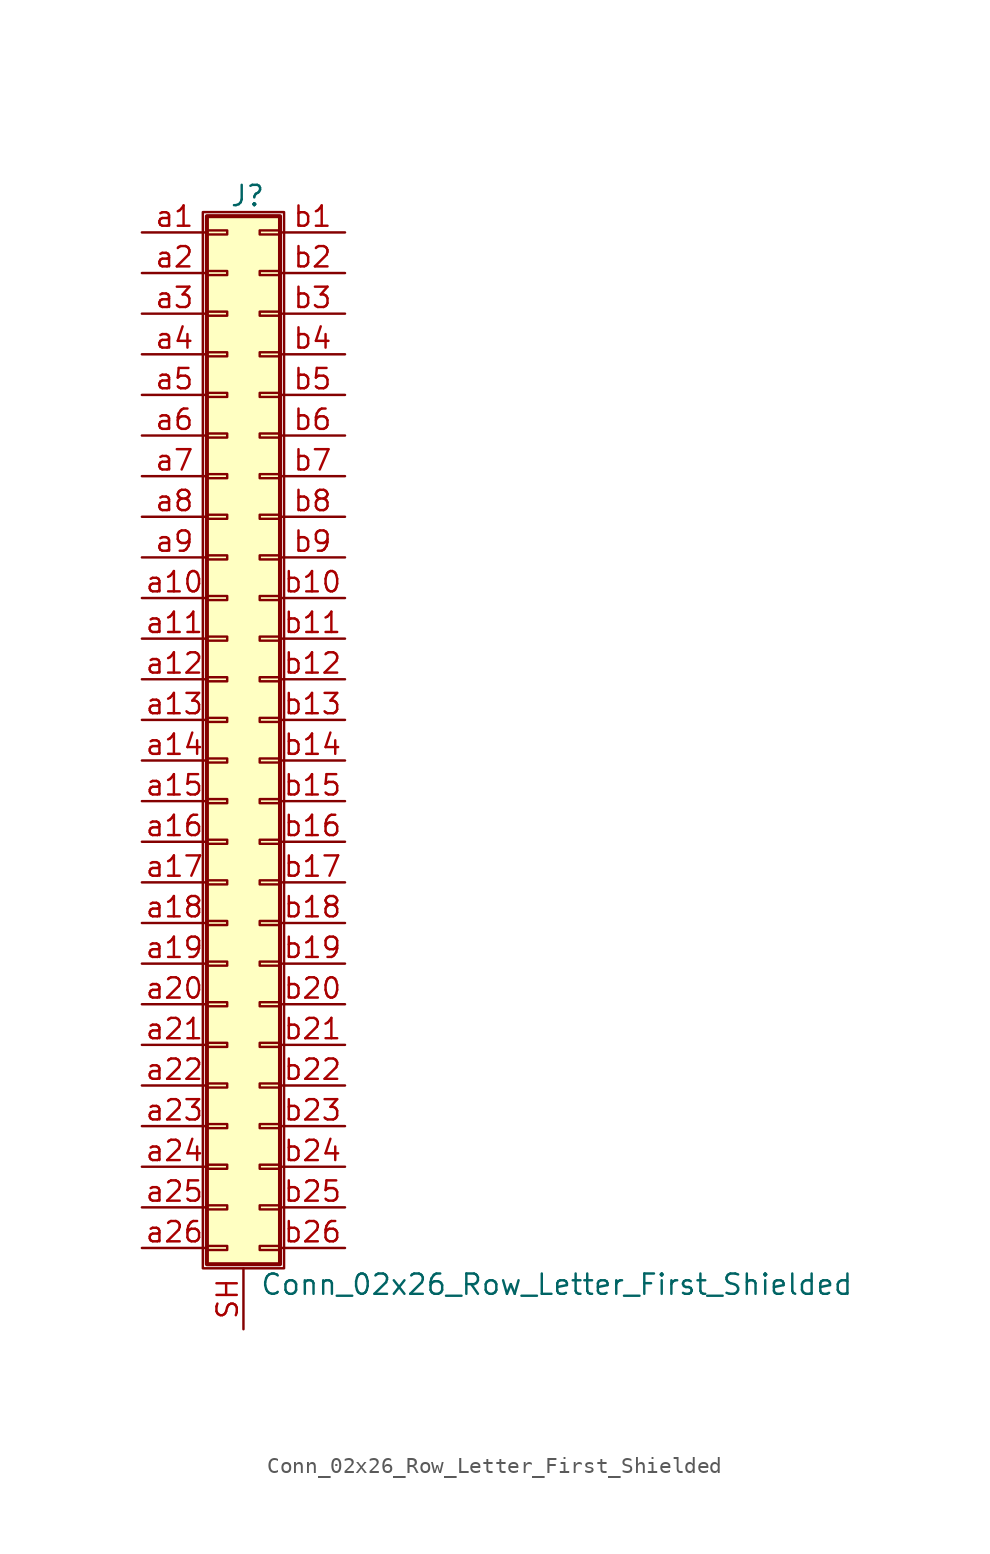
<source format=kicad_sym>
(kicad_symbol_lib
  (version 20211014)
  (generator kicad_symbol_editor)
  (symbol "Conn_02x26_Row_Letter_First_Shielded"
    (pin_names
      (offset 1.016) hide)
    (property "Reference" "J"
      (at 1.524 32.766 0)
      (effects (font (size 1.27 1.27))))
    (property "Value" "Conn_02x26_Row_Letter_First_Shielded"
      (at 2.286 -35.306 0)
      (effects (font (size 1.27 1.27)) (justify left)))
    (symbol "Conn_02x26_Row_Letter_First_Shielded_1_1"
      (rectangle (start -1.27 31.75) (end 3.81 -34.29) (stroke (width 0.152) (type default) (color 0 0 0 0)) (fill (type none)))
      (rectangle (start -1.016 -32.893) (end 0.254 -33.147) (stroke (width 0.152) (type default) (color 0 0 0 0)) (fill (type none)))
      (rectangle (start -1.016 -30.353) (end 0.254 -30.607) (stroke (width 0.152) (type default) (color 0 0 0 0)) (fill (type none)))
      (rectangle (start -1.016 -27.813) (end 0.254 -28.067) (stroke (width 0.152) (type default) (color 0 0 0 0)) (fill (type none)))
      (rectangle (start -1.016 -25.273) (end 0.254 -25.527) (stroke (width 0.152) (type default) (color 0 0 0 0)) (fill (type none)))
      (rectangle (start -1.016 -22.733) (end 0.254 -22.987) (stroke (width 0.152) (type default) (color 0 0 0 0)) (fill (type none)))
      (rectangle (start -1.016 -20.193) (end 0.254 -20.447) (stroke (width 0.152) (type default) (color 0 0 0 0)) (fill (type none)))
      (rectangle (start -1.016 -17.653) (end 0.254 -17.907) (stroke (width 0.152) (type default) (color 0 0 0 0)) (fill (type none)))
      (rectangle (start -1.016 -15.113) (end 0.254 -15.367) (stroke (width 0.152) (type default) (color 0 0 0 0)) (fill (type none)))
      (rectangle (start -1.016 -12.573) (end 0.254 -12.827) (stroke (width 0.152) (type default) (color 0 0 0 0)) (fill (type none)))
      (rectangle (start -1.016 -10.033) (end 0.254 -10.287) (stroke (width 0.152) (type default) (color 0 0 0 0)) (fill (type none)))
      (rectangle (start -1.016 -7.493) (end 0.254 -7.747) (stroke (width 0.152) (type default) (color 0 0 0 0)) (fill (type none)))
      (rectangle (start -1.016 -4.953) (end 0.254 -5.207) (stroke (width 0.152) (type default) (color 0 0 0 0)) (fill (type none)))
      (rectangle (start -1.016 -2.413) (end 0.254 -2.667) (stroke (width 0.152) (type default) (color 0 0 0 0)) (fill (type none)))
      (rectangle (start -1.016 0.127) (end 0.254 -0.127) (stroke (width 0.152) (type default) (color 0 0 0 0)) (fill (type none)))
      (rectangle (start -1.016 2.667) (end 0.254 2.413) (stroke (width 0.152) (type default) (color 0 0 0 0)) (fill (type none)))
      (rectangle (start -1.016 5.207) (end 0.254 4.953) (stroke (width 0.152) (type default) (color 0 0 0 0)) (fill (type none)))
      (rectangle (start -1.016 7.747) (end 0.254 7.493) (stroke (width 0.152) (type default) (color 0 0 0 0)) (fill (type none)))
      (rectangle (start -1.016 10.287) (end 0.254 10.033) (stroke (width 0.152) (type default) (color 0 0 0 0)) (fill (type none)))
      (rectangle (start -1.016 12.827) (end 0.254 12.573) (stroke (width 0.152) (type default) (color 0 0 0 0)) (fill (type none)))
      (rectangle (start -1.016 15.367) (end 0.254 15.113) (stroke (width 0.152) (type default) (color 0 0 0 0)) (fill (type none)))
      (rectangle (start -1.016 17.907) (end 0.254 17.653) (stroke (width 0.152) (type default) (color 0 0 0 0)) (fill (type none)))
      (rectangle (start -1.016 20.447) (end 0.254 20.193) (stroke (width 0.152) (type default) (color 0 0 0 0)) (fill (type none)))
      (rectangle (start -1.016 22.987) (end 0.254 22.733) (stroke (width 0.152) (type default) (color 0 0 0 0)) (fill (type none)))
      (rectangle (start -1.016 25.527) (end 0.254 25.273) (stroke (width 0.152) (type default) (color 0 0 0 0)) (fill (type none)))
      (rectangle (start -1.016 28.067) (end 0.254 27.813) (stroke (width 0.152) (type default) (color 0 0 0 0)) (fill (type none)))
      (rectangle (start -1.016 30.607) (end 0.254 30.353) (stroke (width 0.152) (type default) (color 0 0 0 0)) (fill (type none)))
      (rectangle (start -1.016 31.496) (end 3.556 -34.036) (stroke (width 0.254) (type default) (color 0 0 0 0)) (fill (type background)))
      (rectangle (start 3.556 -32.893) (end 2.286 -33.147) (stroke (width 0.152) (type default) (color 0 0 0 0)) (fill (type none)))
      (rectangle (start 3.556 -30.353) (end 2.286 -30.607) (stroke (width 0.152) (type default) (color 0 0 0 0)) (fill (type none)))
      (rectangle (start 3.556 -27.813) (end 2.286 -28.067) (stroke (width 0.152) (type default) (color 0 0 0 0)) (fill (type none)))
      (rectangle (start 3.556 -25.273) (end 2.286 -25.527) (stroke (width 0.152) (type default) (color 0 0 0 0)) (fill (type none)))
      (rectangle (start 3.556 -22.733) (end 2.286 -22.987) (stroke (width 0.152) (type default) (color 0 0 0 0)) (fill (type none)))
      (rectangle (start 3.556 -20.193) (end 2.286 -20.447) (stroke (width 0.152) (type default) (color 0 0 0 0)) (fill (type none)))
      (rectangle (start 3.556 -17.653) (end 2.286 -17.907) (stroke (width 0.152) (type default) (color 0 0 0 0)) (fill (type none)))
      (rectangle (start 3.556 -15.113) (end 2.286 -15.367) (stroke (width 0.152) (type default) (color 0 0 0 0)) (fill (type none)))
      (rectangle (start 3.556 -12.573) (end 2.286 -12.827) (stroke (width 0.152) (type default) (color 0 0 0 0)) (fill (type none)))
      (rectangle (start 3.556 -10.033) (end 2.286 -10.287) (stroke (width 0.152) (type default) (color 0 0 0 0)) (fill (type none)))
      (rectangle (start 3.556 -7.493) (end 2.286 -7.747) (stroke (width 0.152) (type default) (color 0 0 0 0)) (fill (type none)))
      (rectangle (start 3.556 -4.953) (end 2.286 -5.207) (stroke (width 0.152) (type default) (color 0 0 0 0)) (fill (type none)))
      (rectangle (start 3.556 -2.413) (end 2.286 -2.667) (stroke (width 0.152) (type default) (color 0 0 0 0)) (fill (type none)))
      (rectangle (start 3.556 0.127) (end 2.286 -0.127) (stroke (width 0.152) (type default) (color 0 0 0 0)) (fill (type none)))
      (rectangle (start 3.556 2.667) (end 2.286 2.413) (stroke (width 0.152) (type default) (color 0 0 0 0)) (fill (type none)))
      (rectangle (start 3.556 5.207) (end 2.286 4.953) (stroke (width 0.152) (type default) (color 0 0 0 0)) (fill (type none)))
      (rectangle (start 3.556 7.747) (end 2.286 7.493) (stroke (width 0.152) (type default) (color 0 0 0 0)) (fill (type none)))
      (rectangle (start 3.556 10.287) (end 2.286 10.033) (stroke (width 0.152) (type default) (color 0 0 0 0)) (fill (type none)))
      (rectangle (start 3.556 12.827) (end 2.286 12.573) (stroke (width 0.152) (type default) (color 0 0 0 0)) (fill (type none)))
      (rectangle (start 3.556 15.367) (end 2.286 15.113) (stroke (width 0.152) (type default) (color 0 0 0 0)) (fill (type none)))
      (rectangle (start 3.556 17.907) (end 2.286 17.653) (stroke (width 0.152) (type default) (color 0 0 0 0)) (fill (type none)))
      (rectangle (start 3.556 20.447) (end 2.286 20.193) (stroke (width 0.152) (type default) (color 0 0 0 0)) (fill (type none)))
      (rectangle (start 3.556 22.987) (end 2.286 22.733) (stroke (width 0.152) (type default) (color 0 0 0 0)) (fill (type none)))
      (rectangle (start 3.556 25.527) (end 2.286 25.273) (stroke (width 0.152) (type default) (color 0 0 0 0)) (fill (type none)))
      (rectangle (start 3.556 28.067) (end 2.286 27.813) (stroke (width 0.152) (type default) (color 0 0 0 0)) (fill (type none)))
      (rectangle (start 3.556 30.607) (end 2.286 30.353) (stroke (width 0.152) (type default) (color 0 0 0 0)) (fill (type none)))
      (pin passive line (at 1.27 -38.1 90) (length 3.81) (name "Shield" (effects (font (size 1.27 1.27)))) (number "SH" (effects (font (size 1.27 1.27)))))
      (pin passive line (at -5.08 30.48 0) (length 4.064) (name "Pin_a1" (effects (font (size 1.27 1.27)))) (number "a1" (effects (font (size 1.27 1.27)))))
      (pin passive line (at -5.08 7.62 0) (length 4.064) (name "Pin_a10" (effects (font (size 1.27 1.27)))) (number "a10" (effects (font (size 1.27 1.27)))))
      (pin passive line (at -5.08 5.08 0) (length 4.064) (name "Pin_a11" (effects (font (size 1.27 1.27)))) (number "a11" (effects (font (size 1.27 1.27)))))
      (pin passive line (at -5.08 2.54 0) (length 4.064) (name "Pin_a12" (effects (font (size 1.27 1.27)))) (number "a12" (effects (font (size 1.27 1.27)))))
      (pin passive line (at -5.08 0 0) (length 4.064) (name "Pin_a13" (effects (font (size 1.27 1.27)))) (number "a13" (effects (font (size 1.27 1.27)))))
      (pin passive line (at -5.08 -2.54 0) (length 4.064) (name "Pin_a14" (effects (font (size 1.27 1.27)))) (number "a14" (effects (font (size 1.27 1.27)))))
      (pin passive line (at -5.08 -5.08 0) (length 4.064) (name "Pin_a15" (effects (font (size 1.27 1.27)))) (number "a15" (effects (font (size 1.27 1.27)))))
      (pin passive line (at -5.08 -7.62 0) (length 4.064) (name "Pin_a16" (effects (font (size 1.27 1.27)))) (number "a16" (effects (font (size 1.27 1.27)))))
      (pin passive line (at -5.08 -10.16 0) (length 4.064) (name "Pin_a17" (effects (font (size 1.27 1.27)))) (number "a17" (effects (font (size 1.27 1.27)))))
      (pin passive line (at -5.08 -12.7 0) (length 4.064) (name "Pin_a18" (effects (font (size 1.27 1.27)))) (number "a18" (effects (font (size 1.27 1.27)))))
      (pin passive line (at -5.08 -15.24 0) (length 4.064) (name "Pin_a19" (effects (font (size 1.27 1.27)))) (number "a19" (effects (font (size 1.27 1.27)))))
      (pin passive line (at -5.08 27.94 0) (length 4.064) (name "Pin_a2" (effects (font (size 1.27 1.27)))) (number "a2" (effects (font (size 1.27 1.27)))))
      (pin passive line (at -5.08 -17.78 0) (length 4.064) (name "Pin_a20" (effects (font (size 1.27 1.27)))) (number "a20" (effects (font (size 1.27 1.27)))))
      (pin passive line (at -5.08 -20.32 0) (length 4.064) (name "Pin_a21" (effects (font (size 1.27 1.27)))) (number "a21" (effects (font (size 1.27 1.27)))))
      (pin passive line (at -5.08 -22.86 0) (length 4.064) (name "Pin_a22" (effects (font (size 1.27 1.27)))) (number "a22" (effects (font (size 1.27 1.27)))))
      (pin passive line (at -5.08 -25.4 0) (length 4.064) (name "Pin_a23" (effects (font (size 1.27 1.27)))) (number "a23" (effects (font (size 1.27 1.27)))))
      (pin passive line (at -5.08 -27.94 0) (length 4.064) (name "Pin_a24" (effects (font (size 1.27 1.27)))) (number "a24" (effects (font (size 1.27 1.27)))))
      (pin passive line (at -5.08 -30.48 0) (length 4.064) (name "Pin_a25" (effects (font (size 1.27 1.27)))) (number "a25" (effects (font (size 1.27 1.27)))))
      (pin passive line (at -5.08 -33.02 0) (length 4.064) (name "Pin_a26" (effects (font (size 1.27 1.27)))) (number "a26" (effects (font (size 1.27 1.27)))))
      (pin passive line (at -5.08 25.4 0) (length 4.064) (name "Pin_a3" (effects (font (size 1.27 1.27)))) (number "a3" (effects (font (size 1.27 1.27)))))
      (pin passive line (at -5.08 22.86 0) (length 4.064) (name "Pin_a4" (effects (font (size 1.27 1.27)))) (number "a4" (effects (font (size 1.27 1.27)))))
      (pin passive line (at -5.08 20.32 0) (length 4.064) (name "Pin_a5" (effects (font (size 1.27 1.27)))) (number "a5" (effects (font (size 1.27 1.27)))))
      (pin passive line (at -5.08 17.78 0) (length 4.064) (name "Pin_a6" (effects (font (size 1.27 1.27)))) (number "a6" (effects (font (size 1.27 1.27)))))
      (pin passive line (at -5.08 15.24 0) (length 4.064) (name "Pin_a7" (effects (font (size 1.27 1.27)))) (number "a7" (effects (font (size 1.27 1.27)))))
      (pin passive line (at -5.08 12.7 0) (length 4.064) (name "Pin_a8" (effects (font (size 1.27 1.27)))) (number "a8" (effects (font (size 1.27 1.27)))))
      (pin passive line (at -5.08 10.16 0) (length 4.064) (name "Pin_a9" (effects (font (size 1.27 1.27)))) (number "a9" (effects (font (size 1.27 1.27)))))
      (pin passive line (at 7.62 30.48 180) (length 4.064) (name "Pin_b1" (effects (font (size 1.27 1.27)))) (number "b1" (effects (font (size 1.27 1.27)))))
      (pin passive line (at 7.62 7.62 180) (length 4.064) (name "Pin_b10" (effects (font (size 1.27 1.27)))) (number "b10" (effects (font (size 1.27 1.27)))))
      (pin passive line (at 7.62 5.08 180) (length 4.064) (name "Pin_b11" (effects (font (size 1.27 1.27)))) (number "b11" (effects (font (size 1.27 1.27)))))
      (pin passive line (at 7.62 2.54 180) (length 4.064) (name "Pin_b12" (effects (font (size 1.27 1.27)))) (number "b12" (effects (font (size 1.27 1.27)))))
      (pin passive line (at 7.62 0 180) (length 4.064) (name "Pin_b13" (effects (font (size 1.27 1.27)))) (number "b13" (effects (font (size 1.27 1.27)))))
      (pin passive line (at 7.62 -2.54 180) (length 4.064) (name "Pin_b14" (effects (font (size 1.27 1.27)))) (number "b14" (effects (font (size 1.27 1.27)))))
      (pin passive line (at 7.62 -5.08 180) (length 4.064) (name "Pin_b15" (effects (font (size 1.27 1.27)))) (number "b15" (effects (font (size 1.27 1.27)))))
      (pin passive line (at 7.62 -7.62 180) (length 4.064) (name "Pin_b16" (effects (font (size 1.27 1.27)))) (number "b16" (effects (font (size 1.27 1.27)))))
      (pin passive line (at 7.62 -10.16 180) (length 4.064) (name "Pin_b17" (effects (font (size 1.27 1.27)))) (number "b17" (effects (font (size 1.27 1.27)))))
      (pin passive line (at 7.62 -12.7 180) (length 4.064) (name "Pin_b18" (effects (font (size 1.27 1.27)))) (number "b18" (effects (font (size 1.27 1.27)))))
      (pin passive line (at 7.62 -15.24 180) (length 4.064) (name "Pin_b19" (effects (font (size 1.27 1.27)))) (number "b19" (effects (font (size 1.27 1.27)))))
      (pin passive line (at 7.62 27.94 180) (length 4.064) (name "Pin_b2" (effects (font (size 1.27 1.27)))) (number "b2" (effects (font (size 1.27 1.27)))))
      (pin passive line (at 7.62 -17.78 180) (length 4.064) (name "Pin_b20" (effects (font (size 1.27 1.27)))) (number "b20" (effects (font (size 1.27 1.27)))))
      (pin passive line (at 7.62 -20.32 180) (length 4.064) (name "Pin_b21" (effects (font (size 1.27 1.27)))) (number "b21" (effects (font (size 1.27 1.27)))))
      (pin passive line (at 7.62 -22.86 180) (length 4.064) (name "Pin_b22" (effects (font (size 1.27 1.27)))) (number "b22" (effects (font (size 1.27 1.27)))))
      (pin passive line (at 7.62 -25.4 180) (length 4.064) (name "Pin_b23" (effects (font (size 1.27 1.27)))) (number "b23" (effects (font (size 1.27 1.27)))))
      (pin passive line (at 7.62 -27.94 180) (length 4.064) (name "Pin_b24" (effects (font (size 1.27 1.27)))) (number "b24" (effects (font (size 1.27 1.27)))))
      (pin passive line (at 7.62 -30.48 180) (length 4.064) (name "Pin_b25" (effects (font (size 1.27 1.27)))) (number "b25" (effects (font (size 1.27 1.27)))))
      (pin passive line (at 7.62 -33.02 180) (length 4.064) (name "Pin_b26" (effects (font (size 1.27 1.27)))) (number "b26" (effects (font (size 1.27 1.27)))))
      (pin passive line (at 7.62 25.4 180) (length 4.064) (name "Pin_b3" (effects (font (size 1.27 1.27)))) (number "b3" (effects (font (size 1.27 1.27)))))
      (pin passive line (at 7.62 22.86 180) (length 4.064) (name "Pin_b4" (effects (font (size 1.27 1.27)))) (number "b4" (effects (font (size 1.27 1.27)))))
      (pin passive line (at 7.62 20.32 180) (length 4.064) (name "Pin_b5" (effects (font (size 1.27 1.27)))) (number "b5" (effects (font (size 1.27 1.27)))))
      (pin passive line (at 7.62 17.78 180) (length 4.064) (name "Pin_b6" (effects (font (size 1.27 1.27)))) (number "b6" (effects (font (size 1.27 1.27)))))
      (pin passive line (at 7.62 15.24 180) (length 4.064) (name "Pin_b7" (effects (font (size 1.27 1.27)))) (number "b7" (effects (font (size 1.27 1.27)))))
      (pin passive line (at 7.62 12.7 180) (length 4.064) (name "Pin_b8" (effects (font (size 1.27 1.27)))) (number "b8" (effects (font (size 1.27 1.27)))))
      (pin passive line (at 7.62 10.16 180) (length 4.064) (name "Pin_b9" (effects (font (size 1.27 1.27)))) (number "b9" (effects (font (size 1.27 1.27))))))))
</source>
